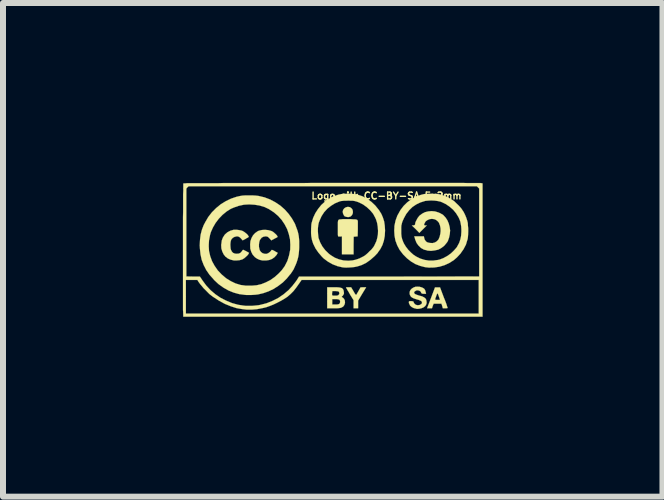
<source format=kicad_pcb>
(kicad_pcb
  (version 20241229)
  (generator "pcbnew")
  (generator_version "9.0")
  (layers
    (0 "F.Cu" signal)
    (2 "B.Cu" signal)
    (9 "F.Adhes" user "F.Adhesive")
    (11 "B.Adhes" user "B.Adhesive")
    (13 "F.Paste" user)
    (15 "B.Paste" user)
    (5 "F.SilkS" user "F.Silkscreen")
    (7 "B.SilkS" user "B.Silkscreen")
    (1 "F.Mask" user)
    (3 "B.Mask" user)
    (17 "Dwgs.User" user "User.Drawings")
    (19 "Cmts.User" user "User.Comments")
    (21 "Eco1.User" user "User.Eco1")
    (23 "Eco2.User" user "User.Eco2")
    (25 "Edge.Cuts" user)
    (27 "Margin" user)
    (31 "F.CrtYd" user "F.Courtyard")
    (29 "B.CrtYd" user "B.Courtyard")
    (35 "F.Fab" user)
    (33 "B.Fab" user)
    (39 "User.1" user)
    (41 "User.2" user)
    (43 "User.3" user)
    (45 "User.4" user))
  (footprint "Logo_silk_CC-BY-SA_5x2mm"
    (layer "F.Cu")
    (at 2.496 1.116)
    (property "Reference" "Logo_silk_CC-BY-SA_5x2mm" (at 0.9 -0.9 0) (layer "F.SilkS") (effects (font (size 0.114 0.114) (thickness 0.023))))
    (attr through_hole)
    (fp_poly (pts (xy 0.34 -0.625) (xy 0.335 -0.599) (xy 0.323 -0.577) (xy 0.302 -0.556) (xy 0.272 -0.546) (xy 0.269 -0.546) (xy 0.251 -0.546) (xy 0.231 -0.549) (xy 0.226 -0.551) (xy 0.208 -0.556) (xy 0.201 -0.561) (xy 0.198 -0.561) (xy 0.196 -0.566) (xy 0.188 -0.577) (xy 0.185 -0.582) (xy 0.173 -0.612) (xy 0.17 -0.643) (xy 0.18 -0.671) (xy 0.198 -0.693) (xy 0.224 -0.709) (xy 0.254 -0.716) (xy 0.259 -0.716) (xy 0.29 -0.711) (xy 0.312 -0.696) (xy 0.33 -0.676) (xy 0.338 -0.65) (xy 0.34 -0.625)) (stroke (width 0.003) (type solid)) (fill yes) (layer "F.SilkS"))
    (fp_poly (pts (xy 0.561 0.625) (xy 0.493 0.737) (xy 0.427 0.848) (xy 0.427 0.912) (xy 0.427 0.975) (xy 0.389 0.975) (xy 0.351 0.975) (xy 0.351 0.909) (xy 0.351 0.841) (xy 0.287 0.737) (xy 0.269 0.704) (xy 0.251 0.676) (xy 0.239 0.653) (xy 0.229 0.638) (xy 0.224 0.63) (xy 0.229 0.627) (xy 0.244 0.625) (xy 0.264 0.625) (xy 0.267 0.625) (xy 0.31 0.625) (xy 0.351 0.693) (xy 0.368 0.724) (xy 0.381 0.742) (xy 0.391 0.752) (xy 0.396 0.752) (xy 0.401 0.742) (xy 0.411 0.726) (xy 0.424 0.704) (xy 0.434 0.686) (xy 0.467 0.627) (xy 0.513 0.625) (xy 0.561 0.625)) (stroke (width 0.003) (type solid)) (fill yes) (layer "F.SilkS"))
    (fp_poly (pts (xy 1.92 0.97) (xy 1.915 0.973) (xy 1.9 0.975) (xy 1.88 0.975) (xy 1.839 0.975) (xy 1.829 0.937) (xy 1.816 0.899) (xy 1.793 0.899) (xy 1.793 0.836) (xy 1.773 0.777) (xy 1.765 0.754) (xy 1.755 0.734) (xy 1.75 0.726) (xy 1.75 0.724) (xy 1.745 0.732) (xy 1.737 0.749) (xy 1.73 0.77) (xy 1.722 0.792) (xy 1.714 0.813) (xy 1.712 0.828) (xy 1.709 0.831) (xy 1.717 0.833) (xy 1.732 0.836) (xy 1.75 0.836) (xy 1.793 0.836) (xy 1.793 0.899) (xy 1.75 0.899) (xy 1.687 0.899) (xy 1.671 0.937) (xy 1.659 0.975) (xy 1.618 0.975) (xy 1.577 0.975) (xy 1.643 0.803) (xy 1.709 0.627) (xy 1.753 0.627) (xy 1.793 0.627) (xy 1.857 0.798) (xy 1.875 0.841) (xy 1.89 0.881) (xy 1.902 0.914) (xy 1.91 0.942) (xy 1.918 0.963) (xy 1.92 0.97)) (stroke (width 0.003) (type solid)) (fill yes) (layer "F.SilkS"))
    (fp_poly (pts (xy 0.422 -0.452) (xy 0.422 -0.432) (xy 0.422 -0.404) (xy 0.422 -0.371) (xy 0.422 -0.338) (xy 0.419 -0.224) (xy 0.386 -0.221) (xy 0.353 -0.218) (xy 0.351 -0.071) (xy 0.351 0.076) (xy 0.254 0.076) (xy 0.157 0.076) (xy 0.157 -0.074) (xy 0.157 -0.224) (xy 0.132 -0.221) (xy 0.112 -0.221) (xy 0.099 -0.221) (xy 0.097 -0.221) (xy 0.094 -0.226) (xy 0.091 -0.236) (xy 0.089 -0.254) (xy 0.089 -0.282) (xy 0.089 -0.32) (xy 0.089 -0.353) (xy 0.089 -0.396) (xy 0.089 -0.432) (xy 0.089 -0.457) (xy 0.091 -0.475) (xy 0.094 -0.488) (xy 0.097 -0.495) (xy 0.099 -0.495) (xy 0.102 -0.5) (xy 0.107 -0.503) (xy 0.114 -0.505) (xy 0.124 -0.508) (xy 0.142 -0.508) (xy 0.168 -0.511) (xy 0.201 -0.511) (xy 0.246 -0.511) (xy 0.254 -0.511) (xy 0.305 -0.511) (xy 0.343 -0.508) (xy 0.373 -0.508) (xy 0.394 -0.505) (xy 0.409 -0.5) (xy 0.417 -0.495) (xy 0.419 -0.485) (xy 0.422 -0.475) (xy 0.422 -0.462) (xy 0.422 -0.452)) (stroke (width 0.003) (type solid)) (fill yes) (layer "F.SilkS"))
    (fp_poly (pts (xy -1.392 0.051) (xy -1.402 0.071) (xy -1.42 0.094) (xy -1.445 0.117) (xy -1.471 0.14) (xy -1.499 0.157) (xy -1.504 0.16) (xy -1.549 0.173) (xy -1.603 0.178) (xy -1.643 0.178) (xy -1.699 0.165) (xy -1.745 0.145) (xy -1.786 0.114) (xy -1.816 0.076) (xy -1.839 0.028) (xy -1.854 -0.023) (xy -1.857 -0.084) (xy -1.854 -0.099) (xy -1.847 -0.155) (xy -1.829 -0.203) (xy -1.803 -0.244) (xy -1.793 -0.257) (xy -1.753 -0.292) (xy -1.704 -0.318) (xy -1.651 -0.333) (xy -1.595 -0.333) (xy -1.57 -0.33) (xy -1.539 -0.325) (xy -1.509 -0.318) (xy -1.488 -0.307) (xy -1.471 -0.297) (xy -1.448 -0.279) (xy -1.427 -0.262) (xy -1.412 -0.244) (xy -1.4 -0.226) (xy -1.397 -0.218) (xy -1.402 -0.211) (xy -1.417 -0.201) (xy -1.438 -0.191) (xy -1.448 -0.183) (xy -1.499 -0.157) (xy -1.529 -0.191) (xy -1.547 -0.208) (xy -1.56 -0.216) (xy -1.572 -0.221) (xy -1.587 -0.224) (xy -1.598 -0.224) (xy -1.633 -0.216) (xy -1.661 -0.201) (xy -1.687 -0.175) (xy -1.687 -0.17) (xy -1.697 -0.15) (xy -1.702 -0.117) (xy -1.704 -0.084) (xy -1.702 -0.046) (xy -1.699 -0.015) (xy -1.694 0) (xy -1.679 0.03) (xy -1.659 0.051) (xy -1.628 0.064) (xy -1.598 0.066) (xy -1.565 0.064) (xy -1.539 0.053) (xy -1.519 0.033) (xy -1.509 0.02) (xy -1.499 0.005) (xy -1.491 0) (xy -1.483 0.003) (xy -1.468 0.01) (xy -1.448 0.02) (xy -1.438 0.025) (xy -1.392 0.051)) (stroke (width 0.003) (type solid)) (fill yes) (layer "F.SilkS"))
    (fp_poly (pts (xy -0.917 0.051) (xy -0.917 0.058) (xy -0.925 0.071) (xy -0.932 0.084) (xy -0.968 0.124) (xy -1.008 0.152) (xy -1.054 0.17) (xy -1.107 0.178) (xy -1.166 0.178) (xy -1.214 0.168) (xy -1.255 0.15) (xy -1.293 0.124) (xy -1.3 0.117) (xy -1.333 0.079) (xy -1.356 0.033) (xy -1.372 -0.02) (xy -1.372 -0.03) (xy -1.374 -0.089) (xy -1.369 -0.145) (xy -1.351 -0.196) (xy -1.326 -0.241) (xy -1.293 -0.277) (xy -1.252 -0.307) (xy -1.229 -0.318) (xy -1.179 -0.33) (xy -1.125 -0.333) (xy -1.072 -0.328) (xy -1.024 -0.315) (xy -1.016 -0.312) (xy -0.993 -0.3) (xy -0.968 -0.279) (xy -0.945 -0.259) (xy -0.927 -0.239) (xy -0.922 -0.229) (xy -0.917 -0.221) (xy -0.917 -0.213) (xy -0.925 -0.208) (xy -0.937 -0.201) (xy -0.958 -0.191) (xy -0.968 -0.185) (xy -1.021 -0.157) (xy -1.052 -0.191) (xy -1.069 -0.208) (xy -1.079 -0.216) (xy -1.092 -0.221) (xy -1.11 -0.224) (xy -1.118 -0.224) (xy -1.153 -0.218) (xy -1.181 -0.203) (xy -1.201 -0.178) (xy -1.212 -0.163) (xy -1.222 -0.13) (xy -1.227 -0.089) (xy -1.227 -0.048) (xy -1.219 -0.01) (xy -1.214 0.008) (xy -1.194 0.036) (xy -1.168 0.056) (xy -1.138 0.066) (xy -1.105 0.069) (xy -1.074 0.058) (xy -1.046 0.038) (xy -1.031 0.023) (xy -1.021 0.01) (xy -1.019 0.005) (xy -1.016 0.003) (xy -1.006 0.003) (xy -0.991 0.008) (xy -0.968 0.02) (xy -0.947 0.033) (xy -0.927 0.043) (xy -0.917 0.048) (xy -0.917 0.051)) (stroke (width 0.003) (type solid)) (fill yes) (layer "F.SilkS"))
    (fp_poly (pts (xy 0.208 0.886) (xy 0.198 0.919) (xy 0.178 0.947) (xy 0.15 0.963) (xy 0.137 0.968) (xy 0.127 0.97) (xy 0.127 0.866) (xy 0.124 0.848) (xy 0.117 0.836) (xy 0.114 0.833) (xy 0.114 0.721) (xy 0.107 0.704) (xy 0.104 0.699) (xy 0.094 0.693) (xy 0.076 0.691) (xy 0.048 0.688) (xy 0.043 0.688) (xy -0.003 0.688) (xy -0.005 0.709) (xy -0.008 0.729) (xy -0.008 0.747) (xy -0.005 0.757) (xy 0 0.762) (xy 0.005 0.765) (xy 0.023 0.765) (xy 0.038 0.765) (xy 0.071 0.765) (xy 0.094 0.759) (xy 0.099 0.754) (xy 0.112 0.739) (xy 0.114 0.721) (xy 0.114 0.833) (xy 0.102 0.828) (xy 0.076 0.823) (xy 0.046 0.823) (xy -0.005 0.823) (xy -0.005 0.866) (xy -0.005 0.912) (xy 0.048 0.912) (xy 0.079 0.912) (xy 0.097 0.909) (xy 0.109 0.904) (xy 0.114 0.902) (xy 0.124 0.884) (xy 0.127 0.866) (xy 0.127 0.97) (xy 0.124 0.97) (xy 0.107 0.973) (xy 0.081 0.975) (xy 0.048 0.975) (xy 0.015 0.975) (xy -0.089 0.975) (xy -0.089 0.8) (xy -0.089 0.625) (xy 0.015 0.625) (xy 0.061 0.625) (xy 0.097 0.627) (xy 0.122 0.63) (xy 0.142 0.635) (xy 0.157 0.64) (xy 0.168 0.65) (xy 0.173 0.655) (xy 0.183 0.673) (xy 0.188 0.699) (xy 0.191 0.724) (xy 0.188 0.737) (xy 0.18 0.752) (xy 0.168 0.77) (xy 0.165 0.77) (xy 0.155 0.78) (xy 0.155 0.787) (xy 0.157 0.79) (xy 0.175 0.8) (xy 0.193 0.82) (xy 0.203 0.841) (xy 0.206 0.851) (xy 0.208 0.886)) (stroke (width 0.003) (type solid)) (fill yes) (layer "F.SilkS"))
    (fp_poly (pts (xy 1.57 0.886) (xy 1.562 0.912) (xy 1.549 0.935) (xy 1.544 0.94) (xy 1.519 0.96) (xy 1.483 0.975) (xy 1.445 0.983) (xy 1.405 0.986) (xy 1.4 0.983) (xy 1.356 0.973) (xy 1.321 0.955) (xy 1.293 0.93) (xy 1.278 0.897) (xy 1.275 0.892) (xy 1.273 0.874) (xy 1.275 0.861) (xy 1.288 0.856) (xy 1.308 0.856) (xy 1.313 0.856) (xy 1.333 0.859) (xy 1.346 0.861) (xy 1.351 0.869) (xy 1.354 0.879) (xy 1.369 0.902) (xy 1.389 0.917) (xy 1.417 0.925) (xy 1.448 0.922) (xy 1.466 0.914) (xy 1.483 0.904) (xy 1.491 0.889) (xy 1.491 0.871) (xy 1.486 0.864) (xy 1.478 0.853) (xy 1.46 0.846) (xy 1.438 0.836) (xy 1.402 0.826) (xy 1.384 0.82) (xy 1.354 0.81) (xy 1.333 0.8) (xy 1.318 0.79) (xy 1.308 0.782) (xy 1.29 0.752) (xy 1.285 0.724) (xy 1.288 0.696) (xy 1.3 0.671) (xy 1.321 0.648) (xy 1.349 0.63) (xy 1.382 0.617) (xy 1.417 0.615) (xy 1.453 0.617) (xy 1.496 0.63) (xy 1.527 0.648) (xy 1.544 0.673) (xy 1.554 0.706) (xy 1.56 0.734) (xy 1.521 0.734) (xy 1.501 0.732) (xy 1.491 0.729) (xy 1.483 0.724) (xy 1.478 0.714) (xy 1.466 0.693) (xy 1.445 0.681) (xy 1.422 0.676) (xy 1.397 0.678) (xy 1.377 0.691) (xy 1.374 0.691) (xy 1.361 0.706) (xy 1.361 0.716) (xy 1.367 0.729) (xy 1.369 0.732) (xy 1.384 0.742) (xy 1.41 0.752) (xy 1.448 0.765) (xy 1.45 0.765) (xy 1.494 0.777) (xy 1.524 0.792) (xy 1.547 0.808) (xy 1.56 0.828) (xy 1.567 0.851) (xy 1.567 0.856) (xy 1.57 0.886)) (stroke (width 0.003) (type solid)) (fill yes) (layer "F.SilkS"))
    (fp_poly (pts (xy 1.961 -0.323) (xy 1.956 -0.262) (xy 1.943 -0.201) (xy 1.923 -0.145) (xy 1.91 -0.124) (xy 1.89 -0.099) (xy 1.869 -0.074) (xy 1.867 -0.071) (xy 1.819 -0.033) (xy 1.765 -0.003) (xy 1.707 0.01) (xy 1.643 0.018) (xy 1.58 0.013) (xy 1.577 0.01) (xy 1.524 -0.003) (xy 1.476 -0.03) (xy 1.435 -0.069) (xy 1.402 -0.114) (xy 1.379 -0.17) (xy 1.369 -0.206) (xy 1.364 -0.224) (xy 1.445 -0.224) (xy 1.524 -0.224) (xy 1.529 -0.196) (xy 1.537 -0.17) (xy 1.554 -0.145) (xy 1.575 -0.127) (xy 1.577 -0.127) (xy 1.59 -0.122) (xy 1.61 -0.117) (xy 1.626 -0.114) (xy 1.669 -0.112) (xy 1.707 -0.122) (xy 1.74 -0.142) (xy 1.768 -0.173) (xy 1.786 -0.216) (xy 1.798 -0.267) (xy 1.803 -0.312) (xy 1.801 -0.361) (xy 1.793 -0.404) (xy 1.778 -0.442) (xy 1.778 -0.447) (xy 1.755 -0.475) (xy 1.727 -0.498) (xy 1.697 -0.511) (xy 1.656 -0.516) (xy 1.618 -0.511) (xy 1.582 -0.495) (xy 1.554 -0.475) (xy 1.539 -0.45) (xy 1.529 -0.429) (xy 1.527 -0.417) (xy 1.532 -0.409) (xy 1.544 -0.406) (xy 1.549 -0.406) (xy 1.572 -0.406) (xy 1.511 -0.345) (xy 1.448 -0.282) (xy 1.387 -0.345) (xy 1.323 -0.406) (xy 1.346 -0.406) (xy 1.367 -0.411) (xy 1.377 -0.422) (xy 1.379 -0.439) (xy 1.382 -0.455) (xy 1.392 -0.478) (xy 1.405 -0.503) (xy 1.42 -0.531) (xy 1.438 -0.554) (xy 1.45 -0.569) (xy 1.494 -0.602) (xy 1.542 -0.627) (xy 1.595 -0.64) (xy 1.651 -0.645) (xy 1.709 -0.64) (xy 1.768 -0.622) (xy 1.801 -0.607) (xy 1.847 -0.579) (xy 1.885 -0.538) (xy 1.915 -0.493) (xy 1.938 -0.439) (xy 1.953 -0.381) (xy 1.961 -0.323)) (stroke (width 0.003) (type solid)) (fill yes) (layer "F.SilkS"))
    (fp_poly (pts (xy -0.556 -0.086) (xy -0.556 -0.041) (xy -0.559 0.018) (xy -0.564 0.071) (xy -0.572 0.119) (xy -0.584 0.165) (xy -0.599 0.211) (xy -0.612 0.244) (xy -0.65 0.328) (xy -0.701 0.406) (xy -0.704 0.406) (xy -0.704 -0.086) (xy -0.709 -0.175) (xy -0.729 -0.262) (xy -0.757 -0.345) (xy -0.798 -0.424) (xy -0.848 -0.498) (xy -0.907 -0.564) (xy -0.978 -0.625) (xy -1.057 -0.676) (xy -1.059 -0.678) (xy -1.135 -0.714) (xy -1.219 -0.739) (xy -1.303 -0.752) (xy -1.392 -0.757) (xy -1.478 -0.752) (xy -1.562 -0.734) (xy -1.643 -0.706) (xy -1.697 -0.683) (xy -1.768 -0.638) (xy -1.836 -0.582) (xy -1.897 -0.518) (xy -1.951 -0.447) (xy -1.994 -0.373) (xy -2.029 -0.295) (xy -2.042 -0.251) (xy -2.06 -0.157) (xy -2.065 -0.069) (xy -2.06 0.02) (xy -2.04 0.107) (xy -2.009 0.191) (xy -1.966 0.269) (xy -1.913 0.345) (xy -1.847 0.414) (xy -1.775 0.475) (xy -1.697 0.523) (xy -1.618 0.561) (xy -1.532 0.587) (xy -1.443 0.599) (xy -1.351 0.599) (xy -1.267 0.592) (xy -1.189 0.574) (xy -1.113 0.544) (xy -1.036 0.505) (xy -0.968 0.457) (xy -0.904 0.401) (xy -0.846 0.34) (xy -0.798 0.274) (xy -0.762 0.203) (xy -0.752 0.183) (xy -0.724 0.091) (xy -0.706 0) (xy -0.704 -0.086) (xy -0.704 0.406) (xy -0.762 0.478) (xy -0.828 0.544) (xy -0.904 0.602) (xy -0.983 0.653) (xy -1.067 0.693) (xy -1.156 0.724) (xy -1.242 0.744) (xy -1.285 0.749) (xy -1.326 0.752) (xy -1.359 0.754) (xy -1.384 0.754) (xy -1.41 0.754) (xy -1.435 0.754) (xy -1.458 0.752) (xy -1.557 0.739) (xy -1.648 0.714) (xy -1.737 0.678) (xy -1.821 0.63) (xy -1.902 0.572) (xy -1.981 0.498) (xy -1.981 0.495) (xy -2.05 0.419) (xy -2.106 0.338) (xy -2.149 0.254) (xy -2.182 0.168) (xy -2.202 0.074) (xy -2.212 -0.023) (xy -2.215 -0.076) (xy -2.21 -0.168) (xy -2.2 -0.251) (xy -2.179 -0.333) (xy -2.149 -0.411) (xy -2.123 -0.46) (xy -2.073 -0.546) (xy -2.012 -0.625) (xy -1.941 -0.696) (xy -1.864 -0.759) (xy -1.781 -0.81) (xy -1.692 -0.853) (xy -1.6 -0.884) (xy -1.542 -0.897) (xy -1.499 -0.904) (xy -1.448 -0.907) (xy -1.392 -0.907) (xy -1.336 -0.907) (xy -1.285 -0.904) (xy -1.24 -0.899) (xy -1.229 -0.897) (xy -1.133 -0.874) (xy -1.039 -0.838) (xy -0.953 -0.792) (xy -0.871 -0.737) (xy -0.798 -0.673) (xy -0.732 -0.599) (xy -0.676 -0.521) (xy -0.627 -0.434) (xy -0.592 -0.34) (xy -0.584 -0.318) (xy -0.572 -0.274) (xy -0.564 -0.231) (xy -0.559 -0.188) (xy -0.556 -0.142) (xy -0.556 -0.086)) (stroke (width 0.003) (type solid)) (fill yes) (layer "F.SilkS"))
    (fp_poly (pts (xy 0.876 -0.318) (xy 0.871 -0.231) (xy 0.856 -0.152) (xy 0.833 -0.081) (xy 0.798 -0.013) (xy 0.759 0.041) (xy 0.759 -0.318) (xy 0.754 -0.386) (xy 0.744 -0.447) (xy 0.726 -0.505) (xy 0.711 -0.538) (xy 0.676 -0.602) (xy 0.627 -0.66) (xy 0.572 -0.711) (xy 0.508 -0.757) (xy 0.442 -0.79) (xy 0.401 -0.805) (xy 0.381 -0.81) (xy 0.361 -0.815) (xy 0.338 -0.818) (xy 0.31 -0.818) (xy 0.274 -0.82) (xy 0.257 -0.82) (xy 0.218 -0.818) (xy 0.188 -0.818) (xy 0.163 -0.815) (xy 0.142 -0.813) (xy 0.122 -0.808) (xy 0.114 -0.805) (xy 0.041 -0.775) (xy -0.025 -0.734) (xy -0.086 -0.686) (xy -0.14 -0.627) (xy -0.183 -0.561) (xy -0.216 -0.488) (xy -0.231 -0.447) (xy -0.239 -0.406) (xy -0.244 -0.358) (xy -0.244 -0.307) (xy -0.241 -0.259) (xy -0.236 -0.213) (xy -0.234 -0.198) (xy -0.206 -0.122) (xy -0.168 -0.053) (xy -0.119 0.01) (xy -0.061 0.066) (xy -0.028 0.091) (xy 0.038 0.132) (xy 0.109 0.16) (xy 0.185 0.178) (xy 0.264 0.183) (xy 0.33 0.178) (xy 0.389 0.165) (xy 0.447 0.145) (xy 0.503 0.117) (xy 0.518 0.109) (xy 0.538 0.097) (xy 0.564 0.076) (xy 0.592 0.051) (xy 0.617 0.025) (xy 0.648 -0.003) (xy 0.668 -0.028) (xy 0.686 -0.051) (xy 0.699 -0.074) (xy 0.706 -0.089) (xy 0.732 -0.145) (xy 0.747 -0.201) (xy 0.757 -0.257) (xy 0.759 -0.318) (xy 0.759 0.041) (xy 0.754 0.051) (xy 0.704 0.104) (xy 0.635 0.165) (xy 0.564 0.216) (xy 0.488 0.254) (xy 0.409 0.279) (xy 0.406 0.279) (xy 0.368 0.287) (xy 0.325 0.292) (xy 0.277 0.295) (xy 0.229 0.297) (xy 0.188 0.295) (xy 0.163 0.292) (xy 0.079 0.272) (xy 0 0.241) (xy -0.076 0.198) (xy -0.147 0.145) (xy -0.178 0.114) (xy -0.236 0.046) (xy -0.284 -0.023) (xy -0.323 -0.102) (xy -0.343 -0.165) (xy -0.348 -0.193) (xy -0.353 -0.218) (xy -0.356 -0.246) (xy -0.358 -0.277) (xy -0.358 -0.315) (xy -0.356 -0.373) (xy -0.353 -0.422) (xy -0.348 -0.45) (xy -0.323 -0.533) (xy -0.287 -0.61) (xy -0.241 -0.681) (xy -0.188 -0.747) (xy -0.124 -0.805) (xy -0.056 -0.853) (xy 0.015 -0.892) (xy 0.097 -0.919) (xy 0.112 -0.922) (xy 0.15 -0.93) (xy 0.198 -0.932) (xy 0.249 -0.935) (xy 0.302 -0.935) (xy 0.353 -0.93) (xy 0.396 -0.925) (xy 0.417 -0.919) (xy 0.5 -0.892) (xy 0.577 -0.851) (xy 0.65 -0.798) (xy 0.714 -0.737) (xy 0.772 -0.665) (xy 0.777 -0.658) (xy 0.815 -0.597) (xy 0.841 -0.536) (xy 0.861 -0.472) (xy 0.871 -0.404) (xy 0.876 -0.325) (xy 0.876 -0.318)) (stroke (width 0.003) (type solid)) (fill yes) (layer "F.SilkS"))
    (fp_poly (pts (xy 2.263 -0.305) (xy 2.261 -0.254) (xy 2.258 -0.211) (xy 2.253 -0.175) (xy 2.25 -0.17) (xy 2.225 -0.086) (xy 2.184 -0.008) (xy 2.149 0.041) (xy 2.149 -0.3) (xy 2.149 -0.338) (xy 2.146 -0.389) (xy 2.139 -0.432) (xy 2.131 -0.472) (xy 2.116 -0.511) (xy 2.101 -0.544) (xy 2.06 -0.61) (xy 2.012 -0.668) (xy 1.953 -0.719) (xy 1.89 -0.762) (xy 1.821 -0.795) (xy 1.801 -0.803) (xy 1.755 -0.813) (xy 1.704 -0.82) (xy 1.648 -0.823) (xy 1.593 -0.82) (xy 1.544 -0.815) (xy 1.539 -0.813) (xy 1.466 -0.79) (xy 1.397 -0.757) (xy 1.333 -0.714) (xy 1.278 -0.66) (xy 1.229 -0.597) (xy 1.191 -0.528) (xy 1.166 -0.472) (xy 1.158 -0.447) (xy 1.153 -0.424) (xy 1.148 -0.406) (xy 1.146 -0.384) (xy 1.146 -0.356) (xy 1.146 -0.32) (xy 1.146 -0.267) (xy 1.151 -0.218) (xy 1.161 -0.178) (xy 1.176 -0.137) (xy 1.191 -0.104) (xy 1.222 -0.053) (xy 1.26 -0.003) (xy 1.303 0.041) (xy 1.351 0.084) (xy 1.394 0.112) (xy 1.46 0.145) (xy 1.532 0.168) (xy 1.605 0.18) (xy 1.681 0.18) (xy 1.755 0.17) (xy 1.781 0.165) (xy 1.847 0.14) (xy 1.913 0.104) (xy 1.974 0.061) (xy 2.027 0.01) (xy 2.073 -0.043) (xy 2.106 -0.104) (xy 2.111 -0.112) (xy 2.131 -0.17) (xy 2.144 -0.231) (xy 2.149 -0.3) (xy 2.149 0.041) (xy 2.136 0.061) (xy 2.075 0.127) (xy 2.022 0.173) (xy 1.946 0.221) (xy 1.867 0.257) (xy 1.783 0.282) (xy 1.697 0.295) (xy 1.608 0.297) (xy 1.544 0.29) (xy 1.463 0.269) (xy 1.384 0.239) (xy 1.311 0.196) (xy 1.242 0.142) (xy 1.179 0.079) (xy 1.171 0.069) (xy 1.118 0) (xy 1.079 -0.074) (xy 1.049 -0.155) (xy 1.034 -0.236) (xy 1.029 -0.32) (xy 1.034 -0.406) (xy 1.052 -0.49) (xy 1.082 -0.572) (xy 1.092 -0.589) (xy 1.133 -0.663) (xy 1.186 -0.732) (xy 1.247 -0.792) (xy 1.316 -0.843) (xy 1.389 -0.884) (xy 1.468 -0.914) (xy 1.486 -0.919) (xy 1.509 -0.925) (xy 1.532 -0.93) (xy 1.554 -0.932) (xy 1.582 -0.932) (xy 1.618 -0.935) (xy 1.648 -0.935) (xy 1.694 -0.932) (xy 1.727 -0.932) (xy 1.753 -0.93) (xy 1.775 -0.927) (xy 1.798 -0.922) (xy 1.808 -0.919) (xy 1.862 -0.902) (xy 1.915 -0.879) (xy 1.968 -0.851) (xy 2.007 -0.826) (xy 2.035 -0.805) (xy 2.065 -0.775) (xy 2.098 -0.744) (xy 2.129 -0.711) (xy 2.154 -0.681) (xy 2.162 -0.668) (xy 2.187 -0.63) (xy 2.21 -0.584) (xy 2.23 -0.536) (xy 2.245 -0.49) (xy 2.248 -0.48) (xy 2.256 -0.447) (xy 2.258 -0.404) (xy 2.263 -0.356) (xy 2.263 -0.305)) (stroke (width 0.003) (type solid)) (fill yes) (layer "F.SilkS"))
    (fp_poly (pts (xy 2.502 1.115) (xy 2.446 1.115) (xy 2.446 0.445) (xy 2.446 -0.287) (xy 2.446 -1.021) (xy 2.426 -1.041) (xy 2.408 -1.059) (xy 0.003 -1.059) (xy -2.4 -1.059) (xy -2.421 -1.041) (xy -2.438 -1.021) (xy -2.438 -0.287) (xy -2.438 0.445) (xy -2.324 0.447) (xy -2.212 0.447) (xy -2.169 0.511) (xy -2.108 0.594) (xy -2.037 0.671) (xy -1.958 0.739) (xy -1.869 0.8) (xy -1.775 0.848) (xy -1.676 0.889) (xy -1.575 0.917) (xy -1.491 0.93) (xy -1.448 0.935) (xy -1.397 0.935) (xy -1.341 0.935) (xy -1.288 0.93) (xy -1.237 0.925) (xy -1.206 0.919) (xy -1.1 0.892) (xy -0.998 0.851) (xy -0.904 0.803) (xy -0.815 0.742) (xy -0.732 0.671) (xy -0.699 0.635) (xy -0.671 0.605) (xy -0.643 0.569) (xy -0.615 0.533) (xy -0.599 0.511) (xy -0.559 0.447) (xy 0.942 0.447) (xy 2.446 0.445) (xy 2.446 1.115) (xy 2.438 1.115) (xy 2.438 1.064) (xy 2.438 0.785) (xy 2.438 0.503) (xy 0.96 0.503) (xy -0.516 0.503) (xy -0.556 0.561) (xy -0.605 0.63) (xy -0.653 0.691) (xy -0.701 0.739) (xy -0.754 0.785) (xy -0.813 0.823) (xy -0.856 0.848) (xy -0.925 0.884) (xy -0.988 0.914) (xy -1.046 0.937) (xy -1.105 0.958) (xy -1.168 0.973) (xy -1.171 0.973) (xy -1.262 0.991) (xy -1.349 0.998) (xy -1.43 0.998) (xy -1.514 0.988) (xy -1.6 0.973) (xy -1.697 0.942) (xy -1.796 0.902) (xy -1.895 0.848) (xy -1.996 0.782) (xy -2.029 0.757) (xy -2.055 0.737) (xy -2.085 0.706) (xy -2.118 0.673) (xy -2.151 0.64) (xy -2.182 0.602) (xy -2.21 0.569) (xy -2.23 0.541) (xy -2.243 0.523) (xy -2.253 0.503) (xy -2.349 0.503) (xy -2.446 0.503) (xy -2.446 0.785) (xy -2.446 1.064) (xy -0.003 1.064) (xy 2.438 1.064) (xy 2.438 1.115) (xy 0.005 1.115) (xy -2.489 1.115) (xy -2.492 1.026) (xy -2.494 1.006) (xy -2.494 0.978) (xy -2.494 0.937) (xy -2.494 0.886) (xy -2.494 0.828) (xy -2.494 0.762) (xy -2.494 0.688) (xy -2.494 0.61) (xy -2.494 0.523) (xy -2.494 0.434) (xy -2.494 0.34) (xy -2.494 0.244) (xy -2.494 0.145) (xy -2.494 0.043) (xy -2.494 -0.056) (xy -2.494 -0.157) (xy -2.494 -0.257) (xy -2.494 -0.356) (xy -2.494 -0.452) (xy -2.494 -0.544) (xy -2.492 -0.632) (xy -2.492 -0.716) (xy -2.492 -0.792) (xy -2.492 -0.864) (xy -2.492 -0.927) (xy -2.489 -0.983) (xy -2.489 -1.029) (xy -2.489 -1.064) (xy -2.489 -1.092) (xy -2.487 -1.105) (xy -2.487 -1.107) (xy -2.482 -1.107) (xy -2.461 -1.107) (xy -2.431 -1.11) (xy -2.39 -1.11) (xy -2.337 -1.11) (xy -2.273 -1.11) (xy -2.202 -1.11) (xy -2.121 -1.11) (xy -2.032 -1.11) (xy -1.933 -1.11) (xy -1.829 -1.113) (xy -1.717 -1.113) (xy -1.598 -1.113) (xy -1.473 -1.113) (xy -1.344 -1.113) (xy -1.209 -1.113) (xy -1.069 -1.113) (xy -0.927 -1.113) (xy -0.782 -1.113) (xy -0.632 -1.113) (xy -0.483 -1.113) (xy -0.33 -1.115) (xy -0.175 -1.115) (xy -0.02 -1.115) (xy 0.13 -1.115) (xy 0.284 -1.115) (xy 0.437 -1.115) (xy 0.587 -1.115) (xy 0.737 -1.115) (xy 0.884 -1.115) (xy 1.026 -1.115) (xy 1.166 -1.115) (xy 1.303 -1.115) (xy 1.433 -1.115) (xy 1.56 -1.115) (xy 1.679 -1.115) (xy 1.791 -1.115) (xy 1.897 -1.115) (xy 1.996 -1.115) (xy 2.088 -1.115) (xy 2.172 -1.115) (xy 2.245 -1.113) (xy 2.311 -1.113) (xy 2.365 -1.113) (xy 2.408 -1.113) (xy 2.441 -1.113) (xy 2.464 -1.113) (xy 2.471 -1.113) (xy 2.502 -1.107) (xy 2.502 0.003) (xy 2.502 1.115)) (stroke (width 0.003) (type solid)) (fill yes) (layer "F.SilkS")))
  (gr_rect
    (start -3 -3)
    (end 7.999 5.233)
    (stroke (width 0.1) (type default))
    (fill no)
    (layer "Edge.Cuts")))
</source>
